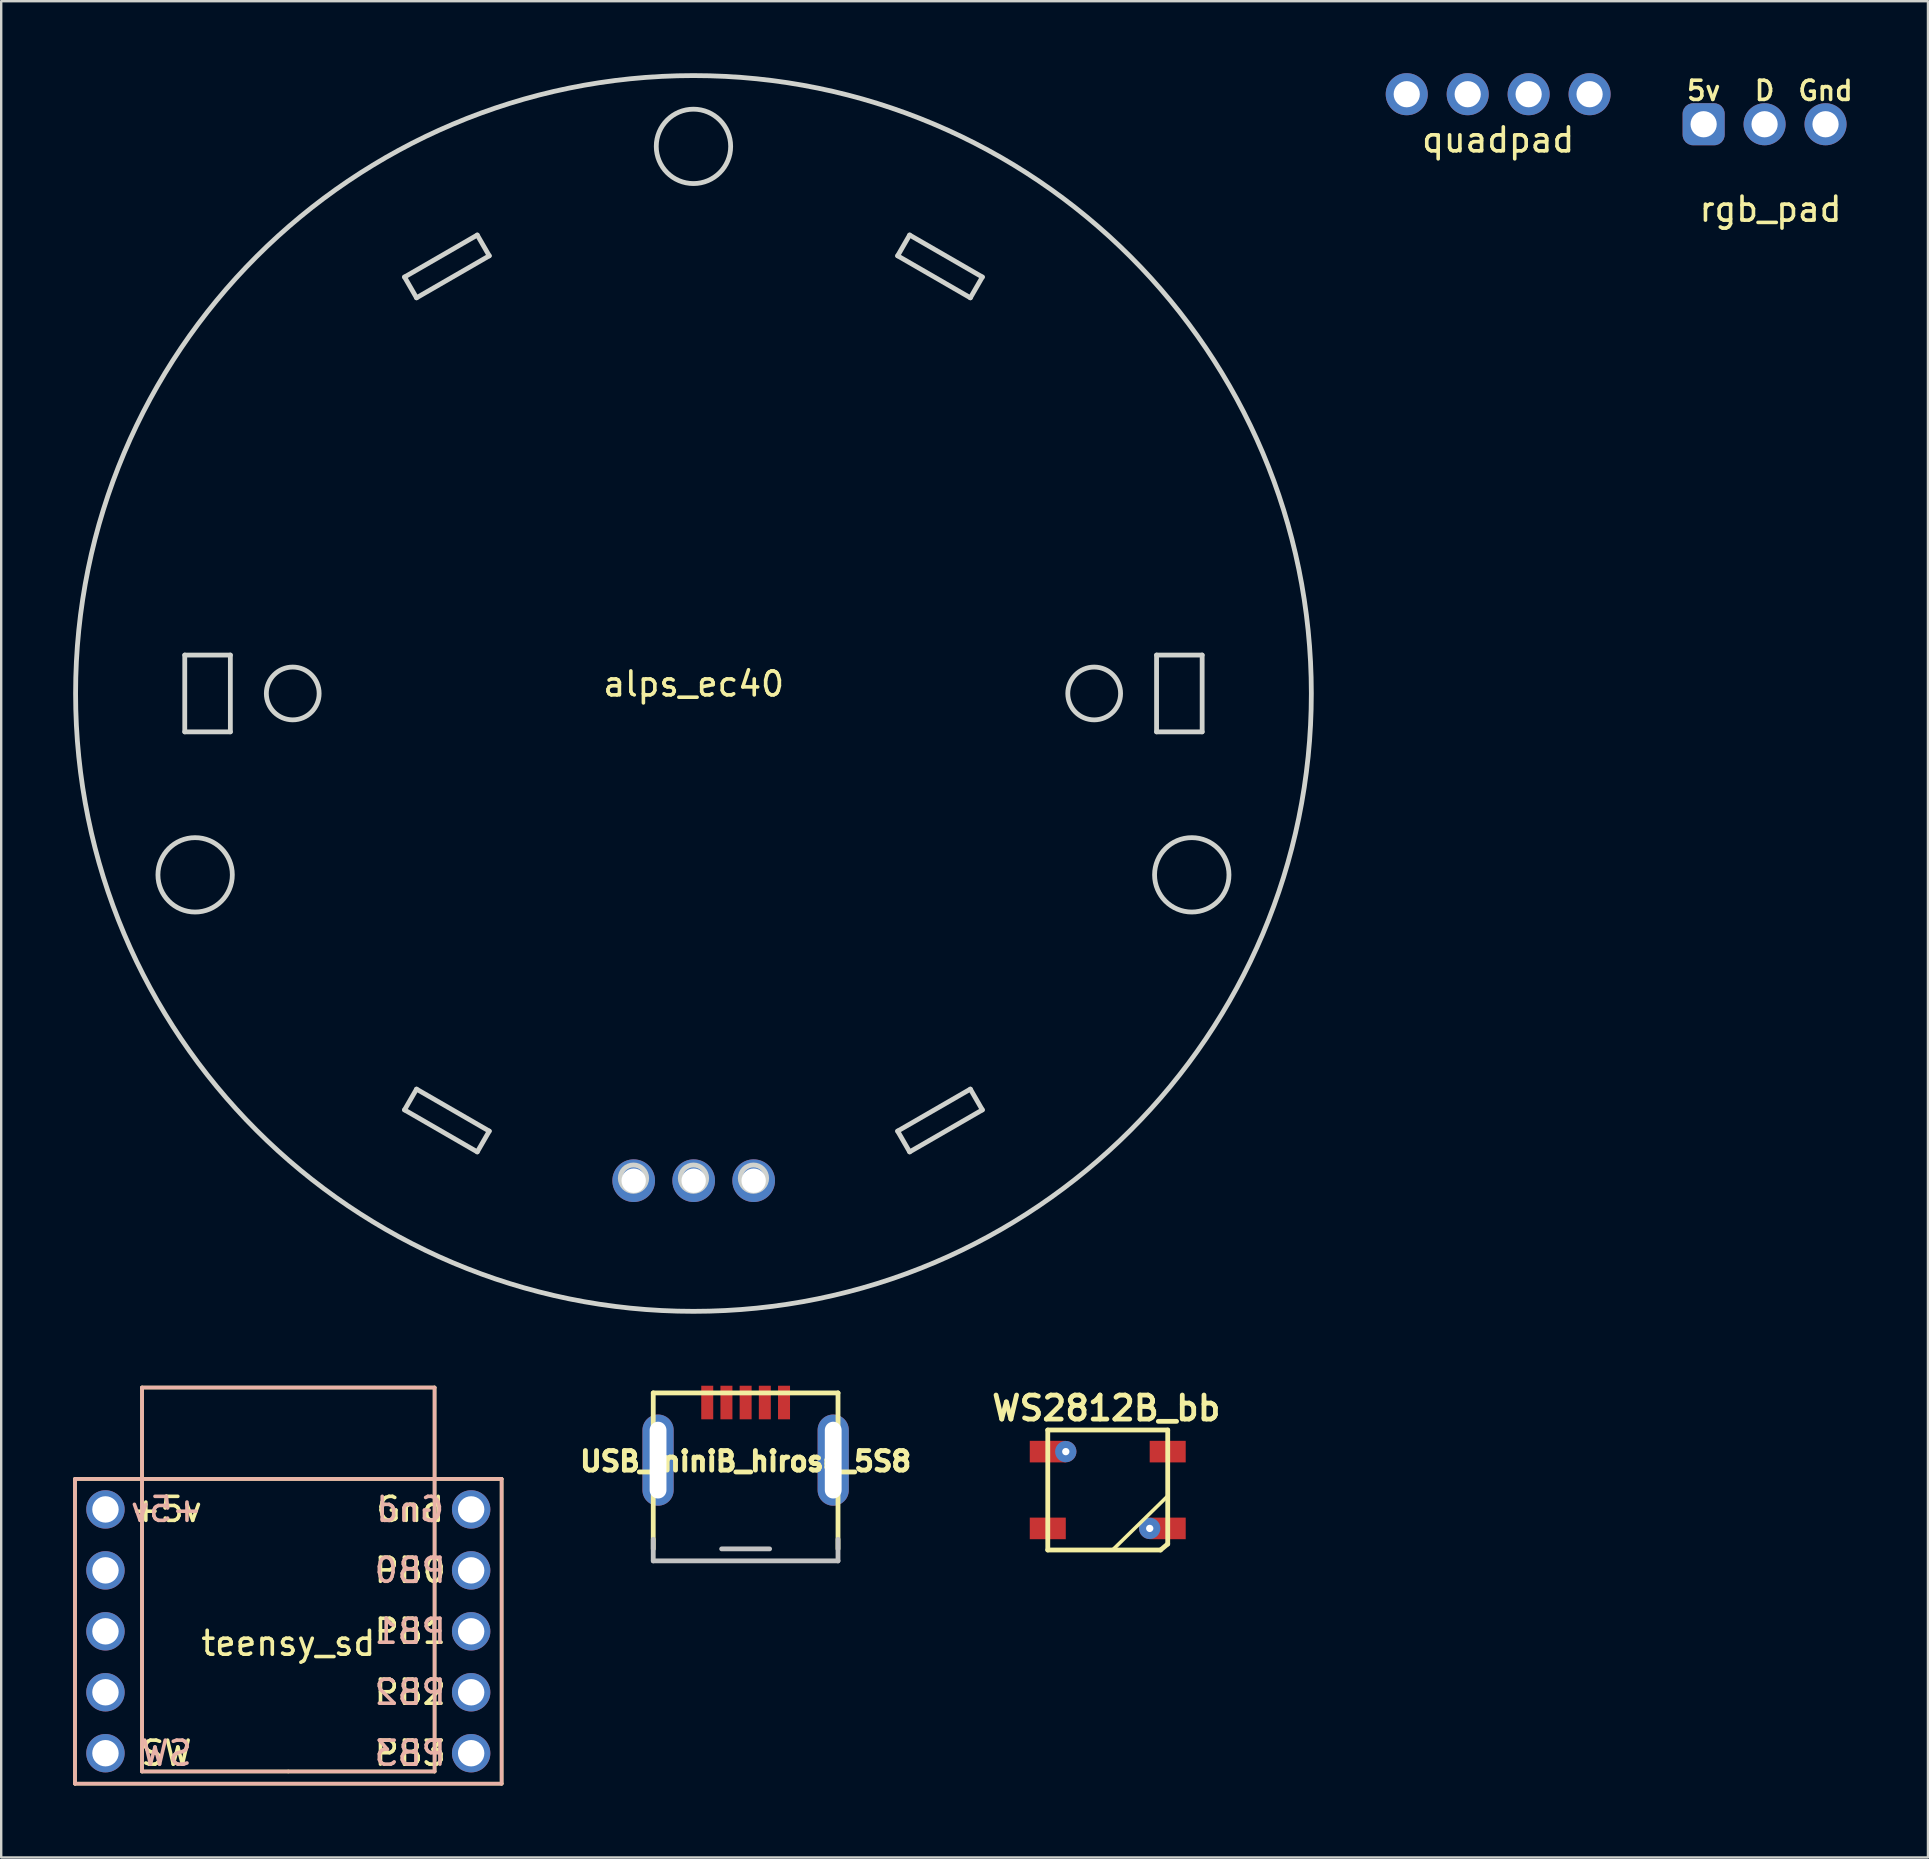
<source format=kicad_pcb>
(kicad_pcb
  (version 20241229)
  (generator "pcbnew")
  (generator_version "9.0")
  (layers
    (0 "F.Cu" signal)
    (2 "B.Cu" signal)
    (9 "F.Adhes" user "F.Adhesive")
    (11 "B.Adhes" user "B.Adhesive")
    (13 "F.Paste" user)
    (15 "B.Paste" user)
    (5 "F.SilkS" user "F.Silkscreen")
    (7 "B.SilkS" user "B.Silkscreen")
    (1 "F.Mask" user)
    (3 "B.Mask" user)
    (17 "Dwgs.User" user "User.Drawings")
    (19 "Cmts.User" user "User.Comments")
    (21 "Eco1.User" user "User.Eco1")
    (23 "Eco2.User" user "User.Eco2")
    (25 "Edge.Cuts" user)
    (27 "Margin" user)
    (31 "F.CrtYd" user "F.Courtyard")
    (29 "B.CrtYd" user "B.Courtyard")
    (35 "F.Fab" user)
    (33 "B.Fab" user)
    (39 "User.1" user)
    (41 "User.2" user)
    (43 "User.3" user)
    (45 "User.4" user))
  (footprint "quadpad"
    (layer "F.Cu")
    (at 59.386 0.876)
    (property "Reference" "quadpad" (at 0 1.905 0) (layer "F.SilkS") (effects (font (size 1 1) (thickness 0.15))))
    (attr through_hole)
    (pad "1" thru_hole circle (at -3.81 0) (size 1.753 1.753) (drill 1.092) (layers "*.Cu" "*.Mask"))
    (pad "2" thru_hole circle (at -1.27 0) (size 1.753 1.753) (drill 1.092) (layers "*.Cu" "*.Mask"))
    (pad "3" thru_hole circle (at 1.27 0) (size 1.753 1.753) (drill 1.092) (layers "*.Cu" "*.Mask"))
    (pad "4" thru_hole circle (at 3.81 0) (size 1.753 1.753) (drill 1.092) (layers "*.Cu" "*.Mask")))
  (footprint "WS2812B_bb"
    (layer "F.Cu")
    (at 43.115 59.046)
    (property "Reference" "WS2812B_bb" (at -0.06 -3.41 0) (layer "F.SilkS") (effects (font (size 1 1) (thickness 0.2))))
    (property "Value" "${VALUE}" (at 0 3.556 0) (layer "F.Fab") (hide yes) (effects (font (size 1 1) (thickness 0.2))))
    (attr smd)
    (fp_line (start -2.5 -2.5) (end 2.5 -2.5) (stroke (width 0.2) (type solid)) (layer "F.SilkS"))
    (fp_line (start -2.499 2.499) (end -2.499 -2.499) (stroke (width 0.2) (type solid)) (layer "F.SilkS"))
    (fp_line (start 0.2 2.5) (end 2.5 0.25) (stroke (width 0.15) (type solid)) (layer "F.SilkS"))
    (fp_line (start 2.2 2.5) (end -2.5 2.5) (stroke (width 0.2) (type solid)) (layer "F.SilkS"))
    (fp_line (start 2.2 2.5) (end 2.5 2.25) (stroke (width 0.2) (type solid)) (layer "F.SilkS"))
    (fp_line (start 2.5 2.25) (end 2.5 -2.5) (stroke (width 0.2) (type solid)) (layer "F.SilkS"))
    (pad "1" smd rect (at -2.499 -1.6 90) (size 0.899 1.501) (layers "F.Cu" "F.Mask" "F.Paste"))
    (pad "1" thru_hole circle (at -1.749 -1.6) (size 0.889 0.889) (drill 0.305) (layers "*.Cu" "*.Mask"))
    (pad "2" smd rect (at -2.499 1.6 90) (size 0.899 1.501) (layers "F.Cu" "F.Mask" "F.Paste"))
    (pad "3" thru_hole circle (at 1.749 1.6) (size 0.889 0.889) (drill 0.305) (layers "*.Cu" "*.Mask"))
    (pad "3" smd rect (at 2.499 1.6 90) (size 0.899 1.501) (layers "F.Cu" "F.Mask" "F.Paste"))
    (pad "4" smd rect (at 2.499 -1.6 90) (size 0.899 1.501) (layers "F.Cu" "F.Mask" "F.Paste")))
  (footprint "alps_ec40"
    (layer "F.Cu")
    (at 25.859 25.955)
    (property "Reference" "alps_ec40" (at 0 -0.5 0) (unlocked yes) (layer "F.SilkS") (effects (font (size 1 1) (thickness 0.15))))
    (attr through_hole)
    (fp_line (start -21.209 -1.705) (end -19.309 -1.705) (stroke (width 0.2) (type solid)) (layer "Edge.Cuts"))
    (fp_line (start -21.209 1.495) (end -21.209 -1.705) (stroke (width 0.2) (type solid)) (layer "Edge.Cuts"))
    (fp_line (start -19.309 -1.705) (end -19.309 1.495) (stroke (width 0.2) (type solid)) (layer "Edge.Cuts"))
    (fp_line (start -19.309 1.495) (end -21.209 1.495) (stroke (width 0.2) (type solid)) (layer "Edge.Cuts"))
    (fp_line (start -12.05 -17.46) (end -9.019 -19.21) (stroke (width 0.2) (type solid)) (layer "Edge.Cuts"))
    (fp_line (start -12.05 17.25) (end -9.019 19) (stroke (width 0.2) (type solid)) (layer "Edge.Cuts"))
    (fp_line (start -11.55 -16.594) (end -12.05 -17.46) (stroke (width 0.2) (type solid)) (layer "Edge.Cuts"))
    (fp_line (start -11.55 16.384) (end -12.05 17.25) (stroke (width 0.2) (type solid)) (layer "Edge.Cuts"))
    (fp_line (start -9.019 -19.21) (end -8.519 -18.344) (stroke (width 0.2) (type solid)) (layer "Edge.Cuts"))
    (fp_line (start -9.019 19) (end -8.519 18.134) (stroke (width 0.2) (type solid)) (layer "Edge.Cuts"))
    (fp_line (start -8.519 -18.344) (end -11.55 -16.594) (stroke (width 0.2) (type solid)) (layer "Edge.Cuts"))
    (fp_line (start -8.519 18.134) (end -11.55 16.384) (stroke (width 0.2) (type solid)) (layer "Edge.Cuts"))
    (fp_line (start 8.5 -18.344) (end 9 -19.21) (stroke (width 0.2) (type solid)) (layer "Edge.Cuts"))
    (fp_line (start 8.5 18.134) (end 11.531 16.384) (stroke (width 0.2) (type solid)) (layer "Edge.Cuts"))
    (fp_line (start 9 -19.21) (end 12.031 -17.46) (stroke (width 0.2) (type solid)) (layer "Edge.Cuts"))
    (fp_line (start 9 19) (end 8.5 18.134) (stroke (width 0.2) (type solid)) (layer "Edge.Cuts"))
    (fp_line (start 11.531 -16.594) (end 8.5 -18.344) (stroke (width 0.2) (type solid)) (layer "Edge.Cuts"))
    (fp_line (start 11.531 16.384) (end 12.031 17.25) (stroke (width 0.2) (type solid)) (layer "Edge.Cuts"))
    (fp_line (start 12.031 -17.46) (end 11.531 -16.594) (stroke (width 0.2) (type solid)) (layer "Edge.Cuts"))
    (fp_line (start 12.031 17.25) (end 9 19) (stroke (width 0.2) (type solid)) (layer "Edge.Cuts"))
    (fp_line (start 19.291 -1.705) (end 21.191 -1.705) (stroke (width 0.2) (type solid)) (layer "Edge.Cuts"))
    (fp_line (start 19.291 1.495) (end 19.291 -1.705) (stroke (width 0.2) (type solid)) (layer "Edge.Cuts"))
    (fp_line (start 21.191 -1.705) (end 21.191 1.495) (stroke (width 0.2) (type solid)) (layer "Edge.Cuts"))
    (fp_line (start 21.191 1.495) (end 19.291 1.495) (stroke (width 0.2) (type solid)) (layer "Edge.Cuts"))
    (fp_circle (center -20.777 7.454) (end -19.227 7.454) (stroke (width 0.2) (type solid)) (fill no) (layer "Edge.Cuts"))
    (fp_circle (center -16.709 -0.105) (end -15.609 -0.105) (stroke (width 0.2) (type solid)) (fill no) (layer "Edge.Cuts"))
    (fp_circle (center -2.509 20.095) (end -1.959 20.095) (stroke (width 0.2) (type solid)) (fill no) (layer "Edge.Cuts"))
    (fp_circle (center -0.009 -22.905) (end 1.541 -22.905) (stroke (width 0.2) (type solid)) (fill no) (layer "Edge.Cuts"))
    (fp_circle (center -0.009 -0.105) (end 25.741 -0.105) (stroke (width 0.2) (type solid)) (fill no) (layer "Edge.Cuts"))
    (fp_circle (center -0.009 20.095) (end 0.541 20.095) (stroke (width 0.2) (type solid)) (fill no) (layer "Edge.Cuts"))
    (fp_circle (center 2.491 20.095) (end 3.041 20.095) (stroke (width 0.2) (type solid)) (fill no) (layer "Edge.Cuts"))
    (fp_circle (center 16.691 -0.105) (end 17.791 -0.105) (stroke (width 0.2) (type solid)) (fill no) (layer "Edge.Cuts"))
    (fp_circle (center 20.758 7.454) (end 22.308 7.454) (stroke (width 0.2) (type solid)) (fill no) (layer "Edge.Cuts"))
    (pad "A" thru_hole circle (at -2.5 20.2) (size 1.778 1.778) (drill 1.016) (layers "*.Cu" "*.Mask"))
    (pad "B" thru_hole circle (at 2.5 20.2) (size 1.778 1.778) (drill 1.016) (layers "*.Cu" "*.Mask"))
    (pad "C" thru_hole circle (at 0 20.2) (size 1.778 1.778) (drill 1.016) (layers "*.Cu" "*.Mask")))
  (footprint "rgb_pad"
    (layer "F.Cu")
    (at 70.489 4.668)
    (property "Reference" "rgb_pad" (at 0.25 1 0) (layer "F.SilkS") (effects (font (size 1 1) (thickness 0.15))))
    (attr through_hole)
    (fp_text user "D" (at 0 -3.937 0) (layer "F.SilkS") (effects (font (size 0.8 0.8) (thickness 0.15))))
    (fp_text user "5v" (at -2.54 -3.937 0) (layer "F.SilkS") (effects (font (size 0.8 0.8) (thickness 0.15))))
    (fp_text user "Gnd" (at 2.54 -3.937 0) (layer "F.SilkS") (effects (font (size 0.8 0.8) (thickness 0.15))))
    (pad "1" thru_hole roundrect (at -2.54 -2.54) (size 1.753 1.753) (drill 1.092) (layers "*.Cu" "*.Mask") (roundrect_rratio 0.25))
    (pad "2" thru_hole circle (at 0 -2.54) (size 1.753 1.753) (drill 1.092) (layers "*.Cu" "*.Mask"))
    (pad "3" thru_hole circle (at 2.54 -2.54) (size 1.753 1.753) (drill 1.092) (layers "*.Cu" "*.Mask")))
  (footprint "teensy_sd"
    (layer "F.Cu")
    (at 8.965 64.935)
    (property "Reference" "teensy_sd" (at 0 0.5 0) (layer "F.SilkS") (effects (font (size 1 1) (thickness 0.15))))
    (attr through_hole)
    (fp_line (start -8.89 -6.35) (end 8.89 -6.35) (stroke (width 0.15) (type solid)) (layer "F.SilkS"))
    (fp_line (start -8.89 6.35) (end -8.89 -6.35) (stroke (width 0.15) (type solid)) (layer "F.SilkS"))
    (fp_line (start -6.096 -10.16) (end 6.096 -10.16) (stroke (width 0.15) (type solid)) (layer "F.SilkS"))
    (fp_line (start -6.096 5.842) (end -6.096 -10.16) (stroke (width 0.15) (type solid)) (layer "F.SilkS"))
    (fp_line (start 0 5.842) (end -6.096 5.842) (stroke (width 0.15) (type solid)) (layer "F.SilkS"))
    (fp_line (start 6.096 -10.16) (end 6.096 5.588) (stroke (width 0.15) (type solid)) (layer "F.SilkS"))
    (fp_line (start 6.096 5.588) (end 6.096 5.842) (stroke (width 0.15) (type solid)) (layer "F.SilkS"))
    (fp_line (start 6.096 5.842) (end 0 5.842) (stroke (width 0.15) (type solid)) (layer "F.SilkS"))
    (fp_line (start 8.89 -6.35) (end 8.89 6.35) (stroke (width 0.15) (type solid)) (layer "F.SilkS"))
    (fp_line (start 8.89 6.35) (end -8.89 6.35) (stroke (width 0.15) (type solid)) (layer "F.SilkS"))
    (fp_line (start -8.89 -6.35) (end 8.89 -6.35) (stroke (width 0.15) (type solid)) (layer "B.SilkS"))
    (fp_line (start -8.89 6.35) (end -8.89 -6.35) (stroke (width 0.15) (type solid)) (layer "B.SilkS"))
    (fp_line (start -6.096 -10.16) (end 6.096 -10.16) (stroke (width 0.15) (type solid)) (layer "B.SilkS"))
    (fp_line (start -6.096 5.842) (end -6.096 -10.16) (stroke (width 0.15) (type solid)) (layer "B.SilkS"))
    (fp_line (start 6.096 -10.16) (end 6.096 5.842) (stroke (width 0.15) (type solid)) (layer "B.SilkS"))
    (fp_line (start 6.096 5.842) (end -6.096 5.842) (stroke (width 0.15) (type solid)) (layer "B.SilkS"))
    (fp_line (start 8.89 -6.35) (end 8.89 6.35) (stroke (width 0.15) (type solid)) (layer "B.SilkS"))
    (fp_line (start 8.89 6.35) (end -8.89 6.35) (stroke (width 0.15) (type solid)) (layer "B.SilkS"))
    (fp_text user "SW" (at -5.08 5.08 0) (layer "F.SilkS") (effects (font (size 1 1) (thickness 0.15))))
    (fp_text user "PB3" (at 5.08 5.08 0) (layer "F.SilkS") (effects (font (size 1 1) (thickness 0.15))))
    (fp_text user "PB1" (at 5.08 0 0) (layer "F.SilkS") (effects (font (size 1 1) (thickness 0.15))))
    (fp_text user "+5v" (at -5.08 -5.08 0) (layer "F.SilkS") (effects (font (size 1 1) (thickness 0.15))))
    (fp_text user "Gnd" (at 5.08 -5.08 0) (layer "F.SilkS") (effects (font (size 1 1) (thickness 0.15))))
    (fp_text user "PB0" (at 5.08 -2.54 0) (layer "F.SilkS") (effects (font (size 1 1) (thickness 0.15))))
    (fp_text user "PB2" (at 5.08 2.54 0) (layer "F.SilkS") (effects (font (size 1 1) (thickness 0.15))))
    (fp_text user "PB3" (at 5.08 5.08 0) (layer "B.SilkS") (effects (font (size 1 1) (thickness 0.15)) (justify mirror)))
    (fp_text user "PB1" (at 5.08 0 0) (layer "B.SilkS") (effects (font (size 1 1) (thickness 0.15)) (justify mirror)))
    (fp_text user "PB2" (at 5.08 2.54 0) (layer "B.SilkS") (effects (font (size 1 1) (thickness 0.15)) (justify mirror)))
    (fp_text user "PB0" (at 5.08 -2.54 0) (layer "B.SilkS") (effects (font (size 1 1) (thickness 0.15)) (justify mirror)))
    (fp_text user "+5v" (at -5.08 -5.08 0) (layer "B.SilkS") (effects (font (size 1 1) (thickness 0.15)) (justify mirror)))
    (fp_text user "Gnd" (at 5.08 -5.08 0) (layer "B.SilkS") (effects (font (size 1 1) (thickness 0.15)) (justify mirror)))
    (fp_text user "SW" (at -5.08 5.08 0) (layer "B.SilkS") (effects (font (size 1 1) (thickness 0.15)) (justify mirror)))
    (pad "1" thru_hole circle (at -7.62 -5.08) (size 1.6 1.6) (drill 1.1) (layers "*.Cu" "*.Mask"))
    (pad "2" thru_hole circle (at -7.62 -2.54) (size 1.6 1.6) (drill 1.1) (layers "*.Cu" "*.Mask"))
    (pad "3" thru_hole circle (at -7.62 0) (size 1.6 1.6) (drill 1.1) (layers "*.Cu" "*.Mask"))
    (pad "4" thru_hole circle (at -7.62 2.54) (size 1.6 1.6) (drill 1.1) (layers "*.Cu" "*.Mask"))
    (pad "5" thru_hole circle (at -7.62 5.08) (size 1.6 1.6) (drill 1.1) (layers "*.Cu" "*.Mask"))
    (pad "6" thru_hole circle (at 7.62 -5.08) (size 1.6 1.6) (drill 1.1) (layers "*.Cu" "*.Mask"))
    (pad "7" thru_hole circle (at 7.62 -2.54) (size 1.6 1.6) (drill 1.1) (layers "*.Cu" "*.Mask"))
    (pad "8" thru_hole circle (at 7.62 0) (size 1.6 1.6) (drill 1.1) (layers "*.Cu" "*.Mask"))
    (pad "9" thru_hole circle (at 7.62 2.54) (size 1.6 1.6) (drill 1.1) (layers "*.Cu" "*.Mask"))
    (pad "10" thru_hole circle (at 7.62 5.08) (size 1.6 1.6) (drill 1.1) (layers "*.Cu" "*.Mask")))
  (footprint "USB_miniB_hirose_5S8"
    (layer "F.Cu")
    (at 28.024 55.4)
    (property "Reference" "USB_miniB_hirose_5S8" (at 0 2.45 0) (layer "F.SilkS") (effects (font (size 0.813 0.813) (thickness 0.203))))
    (attr through_hole)
    (fp_line (start -3.85 -0.4) (end -3.85 6.1) (stroke (width 0.2) (type solid)) (layer "F.SilkS"))
    (fp_line (start -3.85 -0.4) (end 3.85 -0.4) (stroke (width 0.2) (type solid)) (layer "F.SilkS"))
    (fp_line (start 3.85 -0.4) (end 3.85 6.1) (stroke (width 0.2) (type solid)) (layer "F.SilkS"))
    (fp_line (start -3.85 6.6) (end -3.85 5.7) (stroke (width 0.2) (type solid)) (layer "Dwgs.User"))
    (fp_line (start -3.85 6.6) (end 3.85 6.6) (stroke (width 0.2) (type solid)) (layer "Dwgs.User"))
    (fp_line (start -1 6.1) (end 1 6.1) (stroke (width 0.2) (type solid)) (layer "Dwgs.User"))
    (fp_line (start 3.85 6.6) (end 3.85 5.7) (stroke (width 0.2) (type solid)) (layer "Dwgs.User"))
    (pad "1" smd rect (at -1.6 0) (size 0.5 1.4) (layers "F.Cu" "F.Mask" "F.Paste"))
    (pad "2" smd rect (at -0.8 0) (size 0.5 1.4) (layers "F.Cu" "F.Mask" "F.Paste"))
    (pad "3" smd rect (at 0 0) (size 0.5 1.4) (layers "F.Cu" "F.Mask" "F.Paste"))
    (pad "4" smd rect (at 0.8 0) (size 0.5 1.4) (layers "F.Cu" "F.Mask" "F.Paste"))
    (pad "5" smd rect (at 1.6 0) (size 0.5 1.4) (layers "F.Cu" "F.Mask" "F.Paste"))
    (pad "6" thru_hole oval (at -3.65 2.4) (size 1.3 3.8) (drill oval 0.7 3.2) (layers "*.Cu" "*.Mask" "F.Paste"))
    (pad "6" thru_hole oval (at 3.65 2.4) (size 1.3 3.8) (drill oval 0.7 3.2) (layers "*.Cu" "*.Mask" "F.Paste")))
  (gr_rect
    (start -3 -3)
    (end 77.298 74.36)
    (stroke (width 0.1) (type default))
    (fill no)
    (layer "Edge.Cuts")))
</source>
